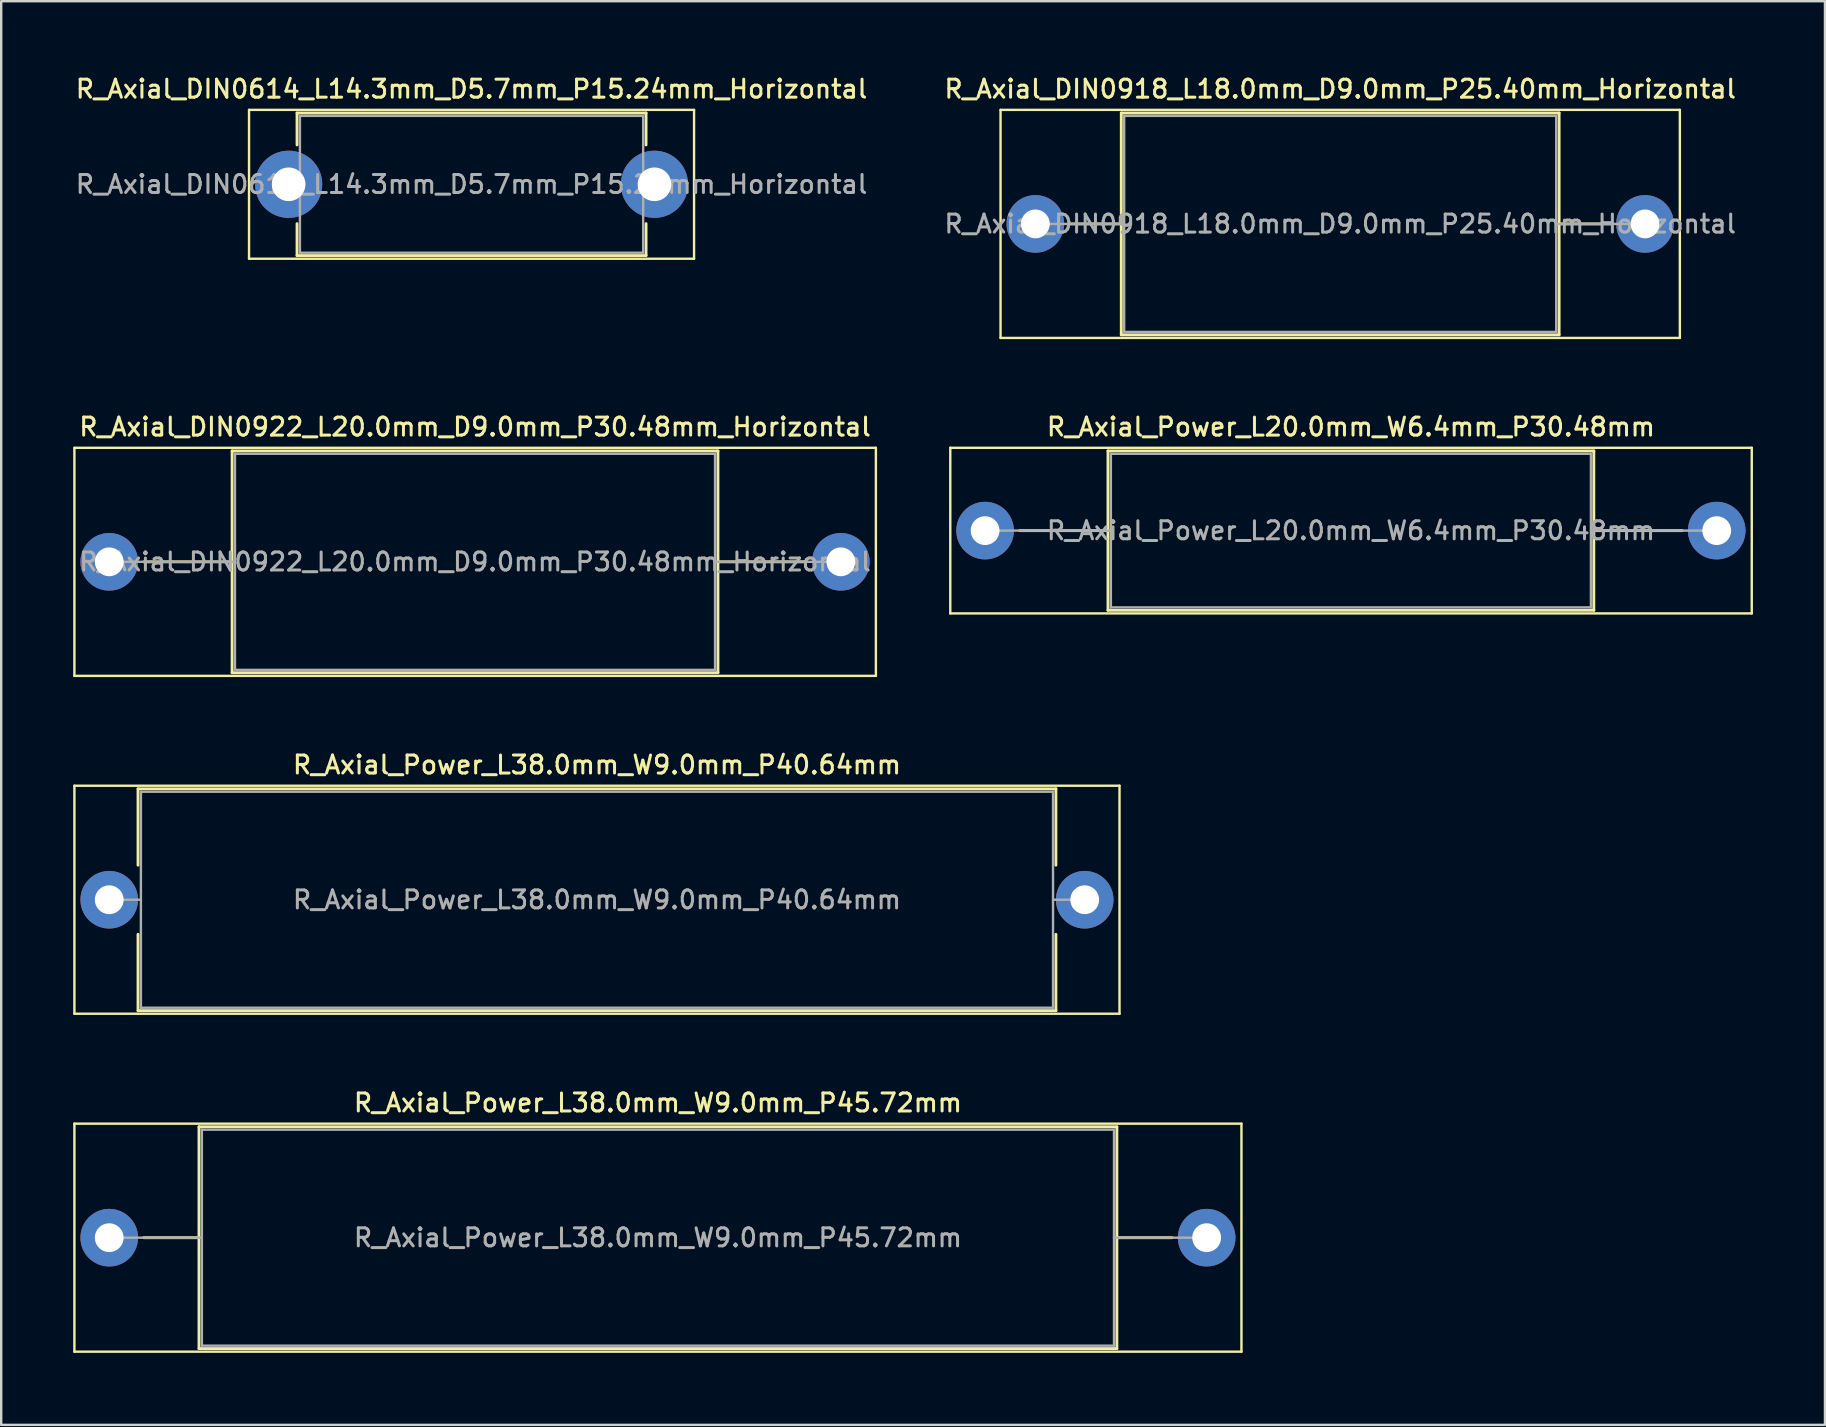
<source format=kicad_pcb>
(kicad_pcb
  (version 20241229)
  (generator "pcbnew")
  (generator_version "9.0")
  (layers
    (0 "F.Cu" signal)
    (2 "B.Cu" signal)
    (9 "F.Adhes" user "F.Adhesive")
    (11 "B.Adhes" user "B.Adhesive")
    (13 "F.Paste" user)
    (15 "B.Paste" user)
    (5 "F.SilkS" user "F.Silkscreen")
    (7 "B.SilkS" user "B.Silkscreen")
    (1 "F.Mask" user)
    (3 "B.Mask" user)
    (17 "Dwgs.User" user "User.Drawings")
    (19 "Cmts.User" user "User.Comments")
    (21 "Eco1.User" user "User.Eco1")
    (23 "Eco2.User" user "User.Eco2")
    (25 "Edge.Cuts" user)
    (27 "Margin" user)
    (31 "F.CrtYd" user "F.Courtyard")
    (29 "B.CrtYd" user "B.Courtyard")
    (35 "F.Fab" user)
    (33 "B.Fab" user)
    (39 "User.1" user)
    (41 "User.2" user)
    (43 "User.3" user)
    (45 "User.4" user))
  (footprint "R_Axial_Power_L20.0mm_W6.4mm_P30.48mm"
    (layer "F.Cu")
    (at 37.99 19.056)
    (property "Reference" "R_Axial_Power_L20.0mm_W6.4mm_P30.48mm" (at 15.24 -4.32 0) (layer "F.SilkS") (effects (font (size 0.75 0.75) (thickness 0.125))))
    (attr through_hole)
    (fp_line (start -1.45 -3.45) (end -1.45 3.45) (stroke (width 0.1) (type solid)) (layer "F.SilkS"))
    (fp_line (start -1.45 3.45) (end 31.94 3.45) (stroke (width 0.1) (type solid)) (layer "F.SilkS"))
    (fp_line (start 1.44 0) (end 5.12 0) (stroke (width 0.12) (type solid)) (layer "F.SilkS"))
    (fp_line (start 5.12 -3.32) (end 5.12 3.32) (stroke (width 0.12) (type solid)) (layer "F.SilkS"))
    (fp_line (start 5.12 3.32) (end 25.36 3.32) (stroke (width 0.12) (type solid)) (layer "F.SilkS"))
    (fp_line (start 25.36 -3.32) (end 5.12 -3.32) (stroke (width 0.12) (type solid)) (layer "F.SilkS"))
    (fp_line (start 25.36 3.32) (end 25.36 -3.32) (stroke (width 0.12) (type solid)) (layer "F.SilkS"))
    (fp_line (start 29.04 0) (end 25.36 0) (stroke (width 0.12) (type solid)) (layer "F.SilkS"))
    (fp_line (start 31.94 -3.45) (end -1.45 -3.45) (stroke (width 0.1) (type solid)) (layer "F.SilkS"))
    (fp_line (start 31.94 3.45) (end 31.94 -3.45) (stroke (width 0.1) (type solid)) (layer "F.SilkS"))
    (fp_line (start 0 0) (end 5.24 0) (stroke (width 0.1) (type solid)) (layer "F.Fab"))
    (fp_line (start 5.24 -3.2) (end 5.24 3.2) (stroke (width 0.1) (type solid)) (layer "F.Fab"))
    (fp_line (start 5.24 3.2) (end 25.24 3.2) (stroke (width 0.1) (type solid)) (layer "F.Fab"))
    (fp_line (start 25.24 -3.2) (end 5.24 -3.2) (stroke (width 0.1) (type solid)) (layer "F.Fab"))
    (fp_line (start 25.24 3.2) (end 25.24 -3.2) (stroke (width 0.1) (type solid)) (layer "F.Fab"))
    (fp_line (start 30.48 0) (end 25.24 0) (stroke (width 0.1) (type solid)) (layer "F.Fab"))
    (fp_text user "${REFERENCE}" (at 15.24 0 0) (layer "F.Fab") (effects (font (size 0.75 0.75) (thickness 0.125))))
    (pad "1" thru_hole circle (at 0 0) (size 2.4 2.4) (drill 1.2) (layers "*.Cu" "*.Mask"))
    (pad "2" thru_hole oval (at 30.48 0) (size 2.4 2.4) (drill 1.2) (layers "*.Cu" "*.Mask")))
  (footprint "R_Axial_DIN0918_L18.0mm_D9.0mm_P25.40mm_Horizontal"
    (layer "F.Cu")
    (at 40.084 6.278)
    (property "Reference" "R_Axial_DIN0918_L18.0mm_D9.0mm_P25.40mm_Horizontal" (at 12.7 -5.62 0) (layer "F.SilkS") (effects (font (size 0.75 0.75) (thickness 0.125))))
    (attr through_hole)
    (fp_line (start -1.45 -4.75) (end -1.45 4.75) (stroke (width 0.1) (type solid)) (layer "F.SilkS"))
    (fp_line (start -1.45 4.75) (end 26.85 4.75) (stroke (width 0.1) (type solid)) (layer "F.SilkS"))
    (fp_line (start 1.44 0) (end 3.58 0) (stroke (width 0.12) (type solid)) (layer "F.SilkS"))
    (fp_line (start 3.58 -4.62) (end 3.58 4.62) (stroke (width 0.12) (type solid)) (layer "F.SilkS"))
    (fp_line (start 3.58 4.62) (end 21.82 4.62) (stroke (width 0.12) (type solid)) (layer "F.SilkS"))
    (fp_line (start 21.82 -4.62) (end 3.58 -4.62) (stroke (width 0.12) (type solid)) (layer "F.SilkS"))
    (fp_line (start 21.82 4.62) (end 21.82 -4.62) (stroke (width 0.12) (type solid)) (layer "F.SilkS"))
    (fp_line (start 23.96 0) (end 21.82 0) (stroke (width 0.12) (type solid)) (layer "F.SilkS"))
    (fp_line (start 26.85 -4.75) (end -1.45 -4.75) (stroke (width 0.1) (type solid)) (layer "F.SilkS"))
    (fp_line (start 26.85 4.75) (end 26.85 -4.75) (stroke (width 0.1) (type solid)) (layer "F.SilkS"))
    (fp_line (start 0 0) (end 3.7 0) (stroke (width 0.1) (type solid)) (layer "F.Fab"))
    (fp_line (start 3.7 -4.5) (end 3.7 4.5) (stroke (width 0.1) (type solid)) (layer "F.Fab"))
    (fp_line (start 3.7 4.5) (end 21.7 4.5) (stroke (width 0.1) (type solid)) (layer "F.Fab"))
    (fp_line (start 21.7 -4.5) (end 3.7 -4.5) (stroke (width 0.1) (type solid)) (layer "F.Fab"))
    (fp_line (start 21.7 4.5) (end 21.7 -4.5) (stroke (width 0.1) (type solid)) (layer "F.Fab"))
    (fp_line (start 25.4 0) (end 21.7 0) (stroke (width 0.1) (type solid)) (layer "F.Fab"))
    (fp_text user "${REFERENCE}" (at 12.7 0 0) (layer "F.Fab") (effects (font (size 0.75 0.75) (thickness 0.125))))
    (pad "1" thru_hole circle (at 0 0) (size 2.4 2.4) (drill 1.2) (layers "*.Cu" "*.Mask"))
    (pad "2" thru_hole oval (at 25.4 0) (size 2.4 2.4) (drill 1.2) (layers "*.Cu" "*.Mask")))
  (footprint "R_Axial_Power_L38.0mm_W9.0mm_P40.64mm"
    (layer "F.Cu")
    (at 1.5 34.434)
    (property "Reference" "R_Axial_Power_L38.0mm_W9.0mm_P40.64mm" (at 20.32 -5.62 0) (layer "F.SilkS") (effects (font (size 0.75 0.75) (thickness 0.125))))
    (attr through_hole)
    (fp_line (start -1.45 -4.75) (end -1.45 4.75) (stroke (width 0.1) (type solid)) (layer "F.SilkS"))
    (fp_line (start -1.45 4.75) (end 42.09 4.75) (stroke (width 0.1) (type solid)) (layer "F.SilkS"))
    (fp_line (start 1.2 -4.62) (end 39.44 -4.62) (stroke (width 0.12) (type solid)) (layer "F.SilkS"))
    (fp_line (start 1.2 -1.44) (end 1.2 -4.62) (stroke (width 0.12) (type solid)) (layer "F.SilkS"))
    (fp_line (start 1.2 1.44) (end 1.2 4.62) (stroke (width 0.12) (type solid)) (layer "F.SilkS"))
    (fp_line (start 1.2 4.62) (end 39.44 4.62) (stroke (width 0.12) (type solid)) (layer "F.SilkS"))
    (fp_line (start 39.44 -4.62) (end 39.44 -1.44) (stroke (width 0.12) (type solid)) (layer "F.SilkS"))
    (fp_line (start 39.44 4.62) (end 39.44 1.44) (stroke (width 0.12) (type solid)) (layer "F.SilkS"))
    (fp_line (start 42.09 -4.75) (end -1.45 -4.75) (stroke (width 0.1) (type solid)) (layer "F.SilkS"))
    (fp_line (start 42.09 4.75) (end 42.09 -4.75) (stroke (width 0.1) (type solid)) (layer "F.SilkS"))
    (fp_line (start 0 0) (end 1.32 0) (stroke (width 0.1) (type solid)) (layer "F.Fab"))
    (fp_line (start 1.32 -4.5) (end 1.32 4.5) (stroke (width 0.1) (type solid)) (layer "F.Fab"))
    (fp_line (start 1.32 4.5) (end 39.32 4.5) (stroke (width 0.1) (type solid)) (layer "F.Fab"))
    (fp_line (start 39.32 -4.5) (end 1.32 -4.5) (stroke (width 0.1) (type solid)) (layer "F.Fab"))
    (fp_line (start 39.32 4.5) (end 39.32 -4.5) (stroke (width 0.1) (type solid)) (layer "F.Fab"))
    (fp_line (start 40.64 0) (end 39.32 0) (stroke (width 0.1) (type solid)) (layer "F.Fab"))
    (fp_text user "${REFERENCE}" (at 20.32 0 0) (layer "F.Fab") (effects (font (size 0.75 0.75) (thickness 0.125))))
    (pad "1" thru_hole circle (at 0 0) (size 2.4 2.4) (drill 1.2) (layers "*.Cu" "*.Mask"))
    (pad "2" thru_hole oval (at 40.64 0) (size 2.4 2.4) (drill 1.2) (layers "*.Cu" "*.Mask")))
  (footprint "R_Axial_Power_L38.0mm_W9.0mm_P45.72mm"
    (layer "F.Cu")
    (at 1.5 48.513)
    (property "Reference" "R_Axial_Power_L38.0mm_W9.0mm_P45.72mm" (at 22.86 -5.62 0) (layer "F.SilkS") (effects (font (size 0.75 0.75) (thickness 0.125))))
    (attr through_hole)
    (fp_line (start -1.45 -4.75) (end -1.45 4.75) (stroke (width 0.1) (type solid)) (layer "F.SilkS"))
    (fp_line (start -1.45 4.75) (end 47.17 4.75) (stroke (width 0.1) (type solid)) (layer "F.SilkS"))
    (fp_line (start 1.44 0) (end 3.74 0) (stroke (width 0.12) (type solid)) (layer "F.SilkS"))
    (fp_line (start 3.74 -4.62) (end 3.74 4.62) (stroke (width 0.12) (type solid)) (layer "F.SilkS"))
    (fp_line (start 3.74 4.62) (end 41.98 4.62) (stroke (width 0.12) (type solid)) (layer "F.SilkS"))
    (fp_line (start 41.98 -4.62) (end 3.74 -4.62) (stroke (width 0.12) (type solid)) (layer "F.SilkS"))
    (fp_line (start 41.98 4.62) (end 41.98 -4.62) (stroke (width 0.12) (type solid)) (layer "F.SilkS"))
    (fp_line (start 44.28 0) (end 41.98 0) (stroke (width 0.12) (type solid)) (layer "F.SilkS"))
    (fp_line (start 47.17 -4.75) (end -1.45 -4.75) (stroke (width 0.1) (type solid)) (layer "F.SilkS"))
    (fp_line (start 47.17 4.75) (end 47.17 -4.75) (stroke (width 0.1) (type solid)) (layer "F.SilkS"))
    (fp_line (start 0 0) (end 3.86 0) (stroke (width 0.1) (type solid)) (layer "F.Fab"))
    (fp_line (start 3.86 -4.5) (end 3.86 4.5) (stroke (width 0.1) (type solid)) (layer "F.Fab"))
    (fp_line (start 3.86 4.5) (end 41.86 4.5) (stroke (width 0.1) (type solid)) (layer "F.Fab"))
    (fp_line (start 41.86 -4.5) (end 3.86 -4.5) (stroke (width 0.1) (type solid)) (layer "F.Fab"))
    (fp_line (start 41.86 4.5) (end 41.86 -4.5) (stroke (width 0.1) (type solid)) (layer "F.Fab"))
    (fp_line (start 45.72 0) (end 41.86 0) (stroke (width 0.1) (type solid)) (layer "F.Fab"))
    (fp_text user "${REFERENCE}" (at 22.86 0 0) (layer "F.Fab") (effects (font (size 0.75 0.75) (thickness 0.125))))
    (pad "1" thru_hole circle (at 0 0) (size 2.4 2.4) (drill 1.2) (layers "*.Cu" "*.Mask"))
    (pad "2" thru_hole oval (at 45.72 0) (size 2.4 2.4) (drill 1.2) (layers "*.Cu" "*.Mask")))
  (footprint "R_Axial_DIN0922_L20.0mm_D9.0mm_P30.48mm_Horizontal"
    (layer "F.Cu")
    (at 1.5 20.356)
    (property "Reference" "R_Axial_DIN0922_L20.0mm_D9.0mm_P30.48mm_Horizontal" (at 15.24 -5.62 0) (layer "F.SilkS") (effects (font (size 0.75 0.75) (thickness 0.125))))
    (attr through_hole)
    (fp_line (start -1.45 -4.75) (end -1.45 4.75) (stroke (width 0.1) (type solid)) (layer "F.SilkS"))
    (fp_line (start -1.45 4.75) (end 31.94 4.75) (stroke (width 0.1) (type solid)) (layer "F.SilkS"))
    (fp_line (start 1.44 0) (end 5.12 0) (stroke (width 0.12) (type solid)) (layer "F.SilkS"))
    (fp_line (start 5.12 -4.62) (end 5.12 4.62) (stroke (width 0.12) (type solid)) (layer "F.SilkS"))
    (fp_line (start 5.12 4.62) (end 25.36 4.62) (stroke (width 0.12) (type solid)) (layer "F.SilkS"))
    (fp_line (start 25.36 -4.62) (end 5.12 -4.62) (stroke (width 0.12) (type solid)) (layer "F.SilkS"))
    (fp_line (start 25.36 4.62) (end 25.36 -4.62) (stroke (width 0.12) (type solid)) (layer "F.SilkS"))
    (fp_line (start 29.04 0) (end 25.36 0) (stroke (width 0.12) (type solid)) (layer "F.SilkS"))
    (fp_line (start 31.94 -4.75) (end -1.45 -4.75) (stroke (width 0.1) (type solid)) (layer "F.SilkS"))
    (fp_line (start 31.94 4.75) (end 31.94 -4.75) (stroke (width 0.1) (type solid)) (layer "F.SilkS"))
    (fp_line (start 0 0) (end 5.24 0) (stroke (width 0.1) (type solid)) (layer "F.Fab"))
    (fp_line (start 5.24 -4.5) (end 5.24 4.5) (stroke (width 0.1) (type solid)) (layer "F.Fab"))
    (fp_line (start 5.24 4.5) (end 25.24 4.5) (stroke (width 0.1) (type solid)) (layer "F.Fab"))
    (fp_line (start 25.24 -4.5) (end 5.24 -4.5) (stroke (width 0.1) (type solid)) (layer "F.Fab"))
    (fp_line (start 25.24 4.5) (end 25.24 -4.5) (stroke (width 0.1) (type solid)) (layer "F.Fab"))
    (fp_line (start 30.48 0) (end 25.24 0) (stroke (width 0.1) (type solid)) (layer "F.Fab"))
    (fp_text user "${REFERENCE}" (at 15.24 0 0) (layer "F.Fab") (effects (font (size 0.75 0.75) (thickness 0.125))))
    (pad "1" thru_hole circle (at 0 0) (size 2.4 2.4) (drill 1.2) (layers "*.Cu" "*.Mask"))
    (pad "2" thru_hole oval (at 30.48 0) (size 2.4 2.4) (drill 1.2) (layers "*.Cu" "*.Mask")))
  (footprint "R_Axial_DIN0614_L14.3mm_D5.7mm_P15.24mm_Horizontal"
    (layer "F.Cu")
    (at 8.975 4.628)
    (property "Reference" "R_Axial_DIN0614_L14.3mm_D5.7mm_P15.24mm_Horizontal" (at 7.62 -3.97 0) (layer "F.SilkS") (effects (font (size 0.75 0.75) (thickness 0.125))))
    (attr through_hole)
    (fp_line (start -1.65 -3.1) (end -1.65 3.1) (stroke (width 0.1) (type solid)) (layer "F.SilkS"))
    (fp_line (start -1.65 3.1) (end 16.89 3.1) (stroke (width 0.1) (type solid)) (layer "F.SilkS"))
    (fp_line (start 0.35 -2.97) (end 14.89 -2.97) (stroke (width 0.12) (type solid)) (layer "F.SilkS"))
    (fp_line (start 0.35 -1.64) (end 0.35 -2.97) (stroke (width 0.12) (type solid)) (layer "F.SilkS"))
    (fp_line (start 0.35 1.64) (end 0.35 2.97) (stroke (width 0.12) (type solid)) (layer "F.SilkS"))
    (fp_line (start 0.35 2.97) (end 14.89 2.97) (stroke (width 0.12) (type solid)) (layer "F.SilkS"))
    (fp_line (start 14.89 -2.97) (end 14.89 -1.64) (stroke (width 0.12) (type solid)) (layer "F.SilkS"))
    (fp_line (start 14.89 2.97) (end 14.89 1.64) (stroke (width 0.12) (type solid)) (layer "F.SilkS"))
    (fp_line (start 16.89 -3.1) (end -1.65 -3.1) (stroke (width 0.1) (type solid)) (layer "F.SilkS"))
    (fp_line (start 16.89 3.1) (end 16.89 -3.1) (stroke (width 0.1) (type solid)) (layer "F.SilkS"))
    (fp_line (start 0 0) (end 0.47 0) (stroke (width 0.1) (type solid)) (layer "F.Fab"))
    (fp_line (start 0.47 -2.85) (end 0.47 2.85) (stroke (width 0.1) (type solid)) (layer "F.Fab"))
    (fp_line (start 0.47 2.85) (end 14.77 2.85) (stroke (width 0.1) (type solid)) (layer "F.Fab"))
    (fp_line (start 14.77 -2.85) (end 0.47 -2.85) (stroke (width 0.1) (type solid)) (layer "F.Fab"))
    (fp_line (start 14.77 2.85) (end 14.77 -2.85) (stroke (width 0.1) (type solid)) (layer "F.Fab"))
    (fp_line (start 15.24 0) (end 14.77 0) (stroke (width 0.1) (type solid)) (layer "F.Fab"))
    (fp_text user "${REFERENCE}" (at 7.62 0 0) (layer "F.Fab") (effects (font (size 0.75 0.75) (thickness 0.125))))
    (pad "1" thru_hole circle (at 0 0) (size 2.8 2.8) (drill 1.4) (layers "*.Cu" "*.Mask"))
    (pad "2" thru_hole oval (at 15.24 0) (size 2.8 2.8) (drill 1.4) (layers "*.Cu" "*.Mask")))
  (gr_rect
    (start -3 -3)
    (end 72.98 56.312)
    (stroke (width 0.1) (type default))
    (fill no)
    (layer "Edge.Cuts")))
</source>
